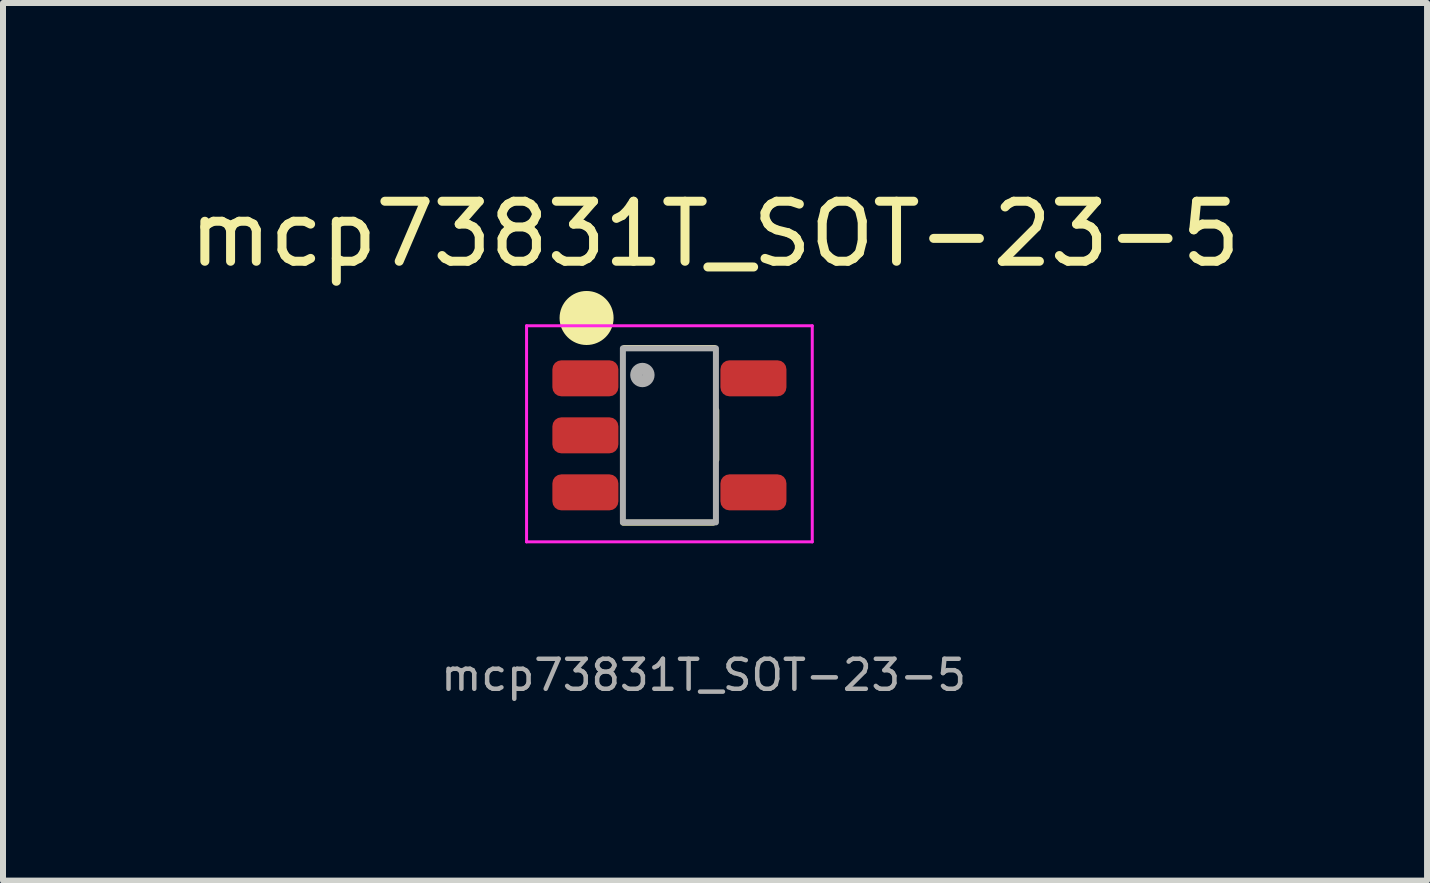
<source format=kicad_pcb>
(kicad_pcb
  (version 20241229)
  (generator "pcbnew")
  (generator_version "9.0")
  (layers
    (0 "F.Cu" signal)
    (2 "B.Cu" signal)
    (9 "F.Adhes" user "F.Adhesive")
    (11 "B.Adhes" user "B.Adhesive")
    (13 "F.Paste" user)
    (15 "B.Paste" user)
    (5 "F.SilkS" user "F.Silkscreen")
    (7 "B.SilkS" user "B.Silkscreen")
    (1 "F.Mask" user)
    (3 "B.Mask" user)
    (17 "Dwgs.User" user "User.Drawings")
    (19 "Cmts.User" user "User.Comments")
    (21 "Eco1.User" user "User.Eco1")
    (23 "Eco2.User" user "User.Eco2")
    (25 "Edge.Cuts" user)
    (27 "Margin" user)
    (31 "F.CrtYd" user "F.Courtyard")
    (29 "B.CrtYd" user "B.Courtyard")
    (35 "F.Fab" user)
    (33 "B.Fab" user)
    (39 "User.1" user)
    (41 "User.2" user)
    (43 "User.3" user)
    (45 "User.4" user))
  (footprint "mcp73831T_SOT-23-5"
    (layer "F.Cu")
    (at 8.103 4.178)
    (property "Reference" "mcp73831T_SOT-23-5" (at 0.76 -3.33 0) (layer "F.SilkS") (effects (font (size 1 1) (thickness 0.15))))
    (attr smd)
    (fp_line (start -0.77 1.48) (end 0.73 1.48) (stroke (width 0.1) (type solid)) (layer "F.SilkS"))
    (fp_line (start -0.75 -1.43) (end 0.75 -1.43) (stroke (width 0.1) (type solid)) (layer "F.SilkS"))
    (fp_line (start 0.78 0.435) (end 0.78 -0.395) (stroke (width 0.1) (type solid)) (layer "F.SilkS"))
    (fp_circle (center -1.38 -1.93) (end -1.03 -1.93) (stroke (width 0.2) (type solid)) (fill yes) (layer "F.SilkS"))
    (fp_rect (start -0.588 -1.25) (end 0.588 1.3) (stroke (width 0.1) (type solid)) (fill yes) (layer "F.Paste"))
    (fp_line (start -2.38 -1.8) (end -2.38 1.8) (stroke (width 0.05) (type solid)) (layer "F.CrtYd"))
    (fp_line (start -2.38 -1.8) (end 2.38 -1.8) (stroke (width 0.05) (type solid)) (layer "F.CrtYd"))
    (fp_line (start 2.38 1.8) (end -2.38 1.8) (stroke (width 0.05) (type solid)) (layer "F.CrtYd"))
    (fp_line (start 2.38 1.8) (end 2.38 -1.8) (stroke (width 0.05) (type solid)) (layer "F.CrtYd"))
    (fp_rect (start -0.775 -1.425) (end 0.775 1.475) (stroke (width 0.1) (type default)) (fill no) (layer "F.Fab"))
    (fp_circle (center -0.45 -0.98) (end -0.425 -0.88) (stroke (width 0.2) (type solid)) (fill no) (layer "F.Fab"))
    (fp_text user "${REFERENCE}" (at 0.57 4.02 180) (layer "F.Fab") (effects (font (size 0.5 0.5) (thickness 0.075))))
    (pad "1" smd roundrect (at -1.4 -0.925) (size 1.1 0.6) (layers "F.Cu" "F.Mask" "F.Paste") (roundrect_rratio 0.25))
    (pad "2" smd roundrect (at -1.4 0.025) (size 1.1 0.6) (layers "F.Cu" "F.Mask" "F.Paste") (roundrect_rratio 0.25))
    (pad "3" smd roundrect (at -1.4 0.975) (size 1.1 0.6) (layers "F.Cu" "F.Mask" "F.Paste") (roundrect_rratio 0.25))
    (pad "4" smd roundrect (at 1.4 0.975) (size 1.1 0.6) (layers "F.Cu" "F.Mask" "F.Paste") (roundrect_rratio 0.25))
    (pad "5" smd roundrect (at 1.4 -0.925) (size 1.1 0.6) (layers "F.Cu" "F.Mask" "F.Paste") (roundrect_rratio 0.25)))
  (gr_rect
    (start -3 -3)
    (end 20.726 11.622)
    (stroke (width 0.1) (type default))
    (fill no)
    (layer "Edge.Cuts")))
</source>
